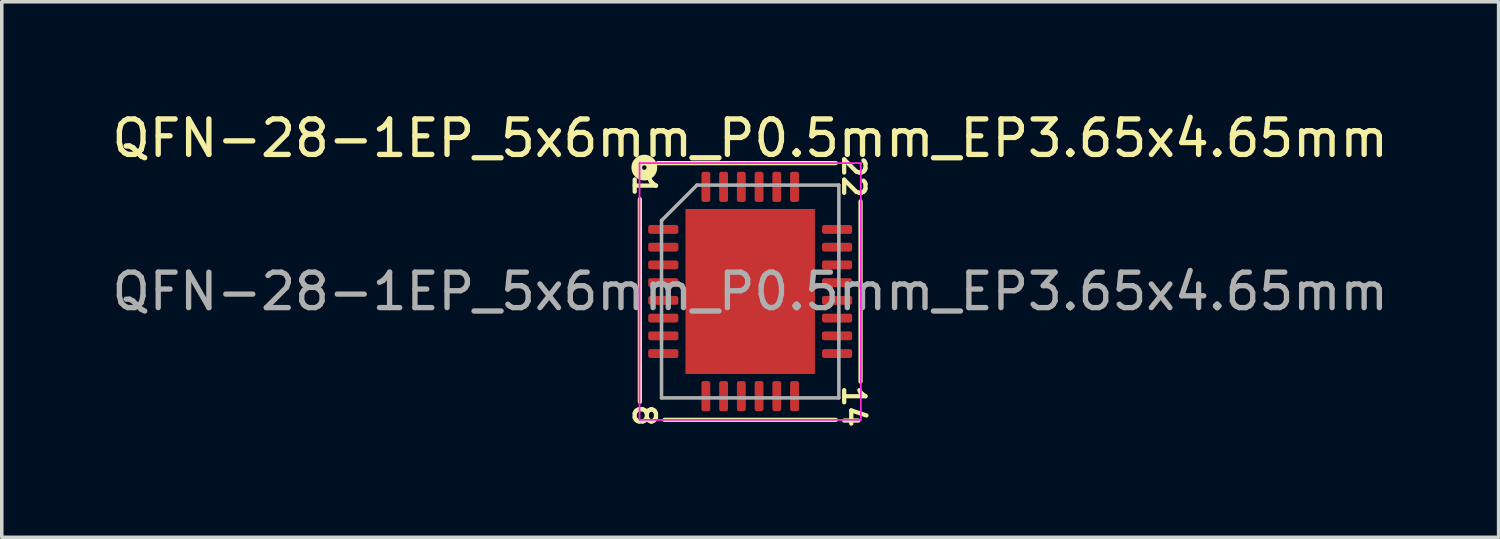
<source format=kicad_pcb>
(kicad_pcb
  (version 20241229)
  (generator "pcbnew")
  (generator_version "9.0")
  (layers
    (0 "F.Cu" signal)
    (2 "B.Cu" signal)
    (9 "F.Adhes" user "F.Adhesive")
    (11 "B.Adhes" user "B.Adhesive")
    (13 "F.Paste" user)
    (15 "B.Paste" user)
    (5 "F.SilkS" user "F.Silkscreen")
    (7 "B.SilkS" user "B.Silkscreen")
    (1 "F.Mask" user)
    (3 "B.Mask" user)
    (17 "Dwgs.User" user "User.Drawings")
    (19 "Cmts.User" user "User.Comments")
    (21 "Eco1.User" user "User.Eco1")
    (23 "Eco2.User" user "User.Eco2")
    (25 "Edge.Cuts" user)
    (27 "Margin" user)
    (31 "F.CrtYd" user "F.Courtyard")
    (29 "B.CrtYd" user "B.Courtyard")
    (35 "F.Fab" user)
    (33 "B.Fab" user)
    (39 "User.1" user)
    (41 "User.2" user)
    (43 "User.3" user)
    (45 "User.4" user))
  (footprint "QFN-28-1EP_5x6mm_P0.5mm_EP3.65x4.65mm"
    (layer "F.Cu")
    (at 18.101 5.168)
    (property "Reference" "QFN-28-1EP_5x6mm_P0.5mm_EP3.65x4.65mm" (at 0 -4.32 0) (layer "F.SilkS") (effects (font (size 1 1) (thickness 0.15))))
    (attr smd)
    (fp_line (start -3.111 -2.603) (end -3.111 3.111) (stroke (width 0.12) (type solid)) (layer "F.SilkS"))
    (fp_line (start -2.413 3.619) (end 2.413 3.619) (stroke (width 0.12) (type solid)) (layer "F.SilkS"))
    (fp_line (start 2.413 -3.619) (end -2.603 -3.619) (stroke (width 0.12) (type solid)) (layer "F.SilkS"))
    (fp_line (start 3.111 2.54) (end 3.111 -2.54) (stroke (width 0.12) (type solid)) (layer "F.SilkS"))
    (fp_circle (center -2.985 -3.493) (end -2.921 -3.493) (stroke (width 0.3) (type solid)) (fill no) (layer "F.SilkS"))
    (fp_line (start -3.12 -3.62) (end -3.12 3.62) (stroke (width 0.05) (type solid)) (layer "F.CrtYd"))
    (fp_line (start -3.12 3.62) (end 3.12 3.62) (stroke (width 0.05) (type solid)) (layer "F.CrtYd"))
    (fp_line (start 3.12 -3.62) (end -3.12 -3.62) (stroke (width 0.05) (type solid)) (layer "F.CrtYd"))
    (fp_line (start 3.12 3.62) (end 3.12 -3.62) (stroke (width 0.05) (type solid)) (layer "F.CrtYd"))
    (fp_line (start -2.5 -2) (end -1.5 -3) (stroke (width 0.1) (type solid)) (layer "F.Fab"))
    (fp_line (start -2.5 3) (end -2.5 -2) (stroke (width 0.1) (type solid)) (layer "F.Fab"))
    (fp_line (start -1.5 -3) (end 2.5 -3) (stroke (width 0.1) (type solid)) (layer "F.Fab"))
    (fp_line (start 2.5 -3) (end 2.5 3) (stroke (width 0.1) (type solid)) (layer "F.Fab"))
    (fp_line (start 2.5 3) (end -2.5 3) (stroke (width 0.1) (type solid)) (layer "F.Fab"))
    (fp_text user "22" (at 2.921 -3.239 270) (unlocked yes) (layer "F.SilkS") (effects (font (size 0.6 0.6) (thickness 0.12))))
    (fp_text user "14" (at 2.921 3.239 270) (unlocked yes) (layer "F.SilkS") (effects (font (size 0.6 0.6) (thickness 0.12))))
    (fp_text user "8" (at -2.985 3.493 270) (unlocked yes) (layer "F.SilkS") (effects (font (size 0.6 0.6) (thickness 0.12))))
    (fp_text user "1" (at -2.985 -2.985 270) (unlocked yes) (layer "F.SilkS") (effects (font (size 0.6 0.6) (thickness 0.12))))
    (fp_text user "${REFERENCE}" (at 0 0 0) (layer "F.Fab") (effects (font (size 1 1) (thickness 0.15))))
    (pad "" smd roundrect (at -1.22 -1.74) (size 0.98 0.94) (layers "F.Paste") (roundrect_rratio 0.25))
    (pad "" smd roundrect (at -1.22 -0.58) (size 0.98 0.94) (layers "F.Paste") (roundrect_rratio 0.25))
    (pad "" smd roundrect (at -1.22 0.58) (size 0.98 0.94) (layers "F.Paste") (roundrect_rratio 0.25))
    (pad "" smd roundrect (at -1.22 1.74) (size 0.98 0.94) (layers "F.Paste") (roundrect_rratio 0.25))
    (pad "" smd roundrect (at 0 -1.74) (size 0.98 0.94) (layers "F.Paste") (roundrect_rratio 0.25))
    (pad "" smd roundrect (at 0 -0.58) (size 0.98 0.94) (layers "F.Paste") (roundrect_rratio 0.25))
    (pad "" smd roundrect (at 0 0.58) (size 0.98 0.94) (layers "F.Paste") (roundrect_rratio 0.25))
    (pad "" smd roundrect (at 0 1.74) (size 0.98 0.94) (layers "F.Paste") (roundrect_rratio 0.25))
    (pad "" smd roundrect (at 1.22 -1.74) (size 0.98 0.94) (layers "F.Paste") (roundrect_rratio 0.25))
    (pad "" smd roundrect (at 1.22 -0.58) (size 0.98 0.94) (layers "F.Paste") (roundrect_rratio 0.25))
    (pad "" smd roundrect (at 1.22 0.58) (size 0.98 0.94) (layers "F.Paste") (roundrect_rratio 0.25))
    (pad "" smd roundrect (at 1.22 1.74) (size 0.98 0.94) (layers "F.Paste") (roundrect_rratio 0.25))
    (pad "1" smd roundrect (at -2.45 -1.75) (size 0.85 0.25) (layers "F.Cu" "F.Mask" "F.Paste") (roundrect_rratio 0.25))
    (pad "2" smd roundrect (at -2.45 -1.25) (size 0.85 0.25) (layers "F.Cu" "F.Mask" "F.Paste") (roundrect_rratio 0.25))
    (pad "3" smd roundrect (at -2.45 -0.75) (size 0.85 0.25) (layers "F.Cu" "F.Mask" "F.Paste") (roundrect_rratio 0.25))
    (pad "4" smd roundrect (at -2.45 -0.25) (size 0.85 0.25) (layers "F.Cu" "F.Mask" "F.Paste") (roundrect_rratio 0.25))
    (pad "5" smd roundrect (at -2.45 0.25) (size 0.85 0.25) (layers "F.Cu" "F.Mask" "F.Paste") (roundrect_rratio 0.25))
    (pad "6" smd roundrect (at -2.45 0.75) (size 0.85 0.25) (layers "F.Cu" "F.Mask" "F.Paste") (roundrect_rratio 0.25))
    (pad "7" smd roundrect (at -2.45 1.25) (size 0.85 0.25) (layers "F.Cu" "F.Mask" "F.Paste") (roundrect_rratio 0.25))
    (pad "8" smd roundrect (at -2.45 1.75) (size 0.85 0.25) (layers "F.Cu" "F.Mask" "F.Paste") (roundrect_rratio 0.25))
    (pad "9" smd roundrect (at -1.25 2.95) (size 0.25 0.85) (layers "F.Cu" "F.Mask" "F.Paste") (roundrect_rratio 0.25))
    (pad "10" smd roundrect (at -0.75 2.95) (size 0.25 0.85) (layers "F.Cu" "F.Mask" "F.Paste") (roundrect_rratio 0.25))
    (pad "11" smd roundrect (at -0.25 2.95) (size 0.25 0.85) (layers "F.Cu" "F.Mask" "F.Paste") (roundrect_rratio 0.25))
    (pad "12" smd roundrect (at 0.25 2.95) (size 0.25 0.85) (layers "F.Cu" "F.Mask" "F.Paste") (roundrect_rratio 0.25))
    (pad "13" smd roundrect (at 0.75 2.95) (size 0.25 0.85) (layers "F.Cu" "F.Mask" "F.Paste") (roundrect_rratio 0.25))
    (pad "14" smd roundrect (at 1.25 2.95) (size 0.25 0.85) (layers "F.Cu" "F.Mask" "F.Paste") (roundrect_rratio 0.25))
    (pad "15" smd roundrect (at 2.45 1.75) (size 0.85 0.25) (layers "F.Cu" "F.Mask" "F.Paste") (roundrect_rratio 0.25))
    (pad "16" smd roundrect (at 2.45 1.25) (size 0.85 0.25) (layers "F.Cu" "F.Mask" "F.Paste") (roundrect_rratio 0.25))
    (pad "17" smd roundrect (at 2.45 0.75) (size 0.85 0.25) (layers "F.Cu" "F.Mask" "F.Paste") (roundrect_rratio 0.25))
    (pad "18" smd roundrect (at 2.45 0.25) (size 0.85 0.25) (layers "F.Cu" "F.Mask" "F.Paste") (roundrect_rratio 0.25))
    (pad "19" smd roundrect (at 2.45 -0.25) (size 0.85 0.25) (layers "F.Cu" "F.Mask" "F.Paste") (roundrect_rratio 0.25))
    (pad "20" smd roundrect (at 2.45 -0.75) (size 0.85 0.25) (layers "F.Cu" "F.Mask" "F.Paste") (roundrect_rratio 0.25))
    (pad "21" smd roundrect (at 2.45 -1.25) (size 0.85 0.25) (layers "F.Cu" "F.Mask" "F.Paste") (roundrect_rratio 0.25))
    (pad "22" smd roundrect (at 2.45 -1.75) (size 0.85 0.25) (layers "F.Cu" "F.Mask" "F.Paste") (roundrect_rratio 0.25))
    (pad "23" smd roundrect (at 1.25 -2.95) (size 0.25 0.85) (layers "F.Cu" "F.Mask" "F.Paste") (roundrect_rratio 0.25))
    (pad "24" smd roundrect (at 0.75 -2.95) (size 0.25 0.85) (layers "F.Cu" "F.Mask" "F.Paste") (roundrect_rratio 0.25))
    (pad "25" smd roundrect (at 0.25 -2.95) (size 0.25 0.85) (layers "F.Cu" "F.Mask" "F.Paste") (roundrect_rratio 0.25))
    (pad "26" smd roundrect (at -0.25 -2.95) (size 0.25 0.85) (layers "F.Cu" "F.Mask" "F.Paste") (roundrect_rratio 0.25))
    (pad "27" smd roundrect (at -0.75 -2.95) (size 0.25 0.85) (layers "F.Cu" "F.Mask" "F.Paste") (roundrect_rratio 0.25))
    (pad "28" smd roundrect (at -1.25 -2.95) (size 0.25 0.85) (layers "F.Cu" "F.Mask" "F.Paste") (roundrect_rratio 0.25))
    (pad "29" smd rect (at 0 0) (size 3.65 4.65) (layers "F.Cu" "F.Mask")))
  (gr_rect
    (start -3 -3)
    (end 39.202 12.098)
    (stroke (width 0.1) (type default))
    (fill no)
    (layer "Edge.Cuts")))
</source>
